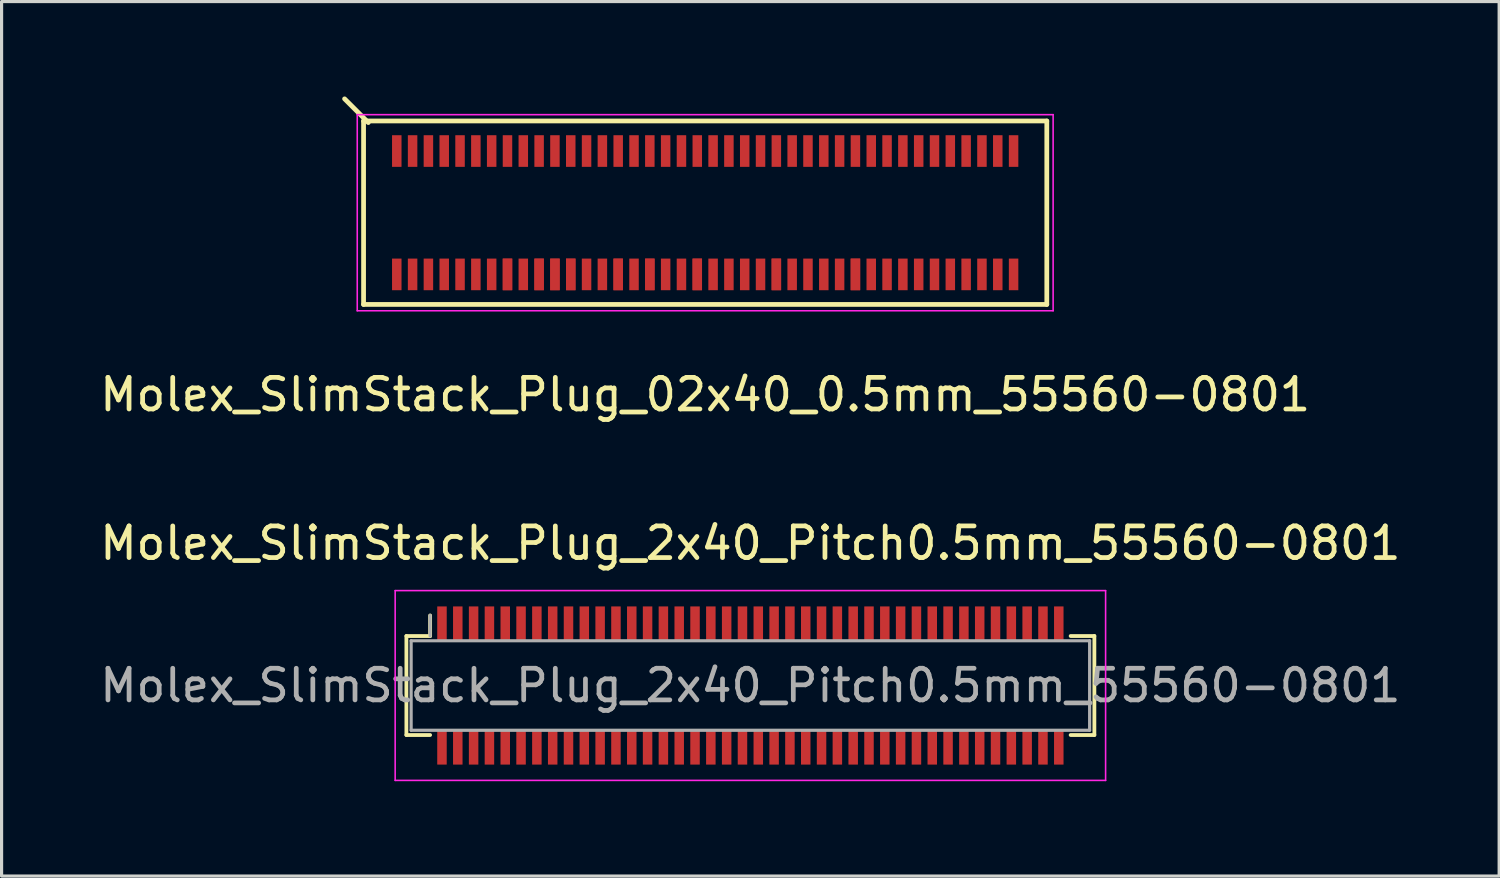
<source format=kicad_pcb>
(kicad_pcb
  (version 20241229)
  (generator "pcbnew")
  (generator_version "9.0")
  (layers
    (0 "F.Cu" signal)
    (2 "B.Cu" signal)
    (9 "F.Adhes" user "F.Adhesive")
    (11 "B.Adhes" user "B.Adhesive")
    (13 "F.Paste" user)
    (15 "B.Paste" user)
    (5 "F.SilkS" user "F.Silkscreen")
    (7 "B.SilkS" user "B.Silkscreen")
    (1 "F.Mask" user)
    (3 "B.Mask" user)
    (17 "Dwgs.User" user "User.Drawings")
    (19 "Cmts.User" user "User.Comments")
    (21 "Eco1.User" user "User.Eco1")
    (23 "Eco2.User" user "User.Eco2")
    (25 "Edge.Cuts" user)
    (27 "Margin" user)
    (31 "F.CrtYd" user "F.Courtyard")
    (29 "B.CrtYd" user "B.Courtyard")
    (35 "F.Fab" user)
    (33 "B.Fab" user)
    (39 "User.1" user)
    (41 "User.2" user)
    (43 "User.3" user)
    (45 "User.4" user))
  (footprint "Molex_SlimStack_Plug_02x40_0.5mm_55560-0801"
    (layer "F.Cu")
    (at 19.244 3.675)
    (property "Reference" "Molex_SlimStack_Plug_02x40_0.5mm_55560-0801" (at 0 5.75 0) (layer "F.SilkS") (effects (font (size 1 1) (thickness 0.15))))
    (attr smd)
    (fp_line (start -10.8 -2.9) (end -10.8 2.9) (stroke (width 0.15) (type solid)) (layer "F.SilkS"))
    (fp_line (start -10.8 2.9) (end 10.8 2.9) (stroke (width 0.15) (type solid)) (layer "F.SilkS"))
    (fp_line (start -10.65 -2.85) (end -11.4 -3.6) (stroke (width 0.15) (type solid)) (layer "F.SilkS"))
    (fp_line (start 10.8 -2.9) (end -10.8 -2.9) (stroke (width 0.15) (type solid)) (layer "F.SilkS"))
    (fp_line (start 10.8 2.9) (end 10.8 -2.9) (stroke (width 0.15) (type solid)) (layer "F.SilkS"))
    (fp_line (start -11 -3.1) (end -11 3.1) (stroke (width 0.05) (type solid)) (layer "F.CrtYd"))
    (fp_line (start -11 3.1) (end 11 3.1) (stroke (width 0.05) (type solid)) (layer "F.CrtYd"))
    (fp_line (start 11 -3.1) (end -11 -3.1) (stroke (width 0.05) (type solid)) (layer "F.CrtYd"))
    (fp_line (start 11 3.1) (end 11 -3.1) (stroke (width 0.05) (type solid)) (layer "F.CrtYd"))
    (pad "1" smd rect (at -9.75 -1.95) (size 0.3 1) (layers "F.Cu" "F.Mask" "F.Paste"))
    (pad "2" smd rect (at -9.75 1.95) (size 0.3 1) (layers "F.Cu" "F.Mask" "F.Paste"))
    (pad "3" smd rect (at -9.25 -1.95) (size 0.3 1) (layers "F.Cu" "F.Mask" "F.Paste"))
    (pad "4" smd rect (at -9.25 1.95) (size 0.3 1) (layers "F.Cu" "F.Mask" "F.Paste"))
    (pad "5" smd rect (at -8.75 -1.95) (size 0.3 1) (layers "F.Cu" "F.Mask" "F.Paste"))
    (pad "6" smd rect (at -8.75 1.95) (size 0.3 1) (layers "F.Cu" "F.Mask" "F.Paste"))
    (pad "7" smd rect (at -8.25 -1.95) (size 0.3 1) (layers "F.Cu" "F.Mask" "F.Paste"))
    (pad "8" smd rect (at -8.25 1.95) (size 0.3 1) (layers "F.Cu" "F.Mask" "F.Paste"))
    (pad "9" smd rect (at -7.75 -1.95) (size 0.3 1) (layers "F.Cu" "F.Mask" "F.Paste"))
    (pad "10" smd rect (at -7.75 1.95) (size 0.3 1) (layers "F.Cu" "F.Mask" "F.Paste"))
    (pad "11" smd rect (at -7.25 -1.95) (size 0.3 1) (layers "F.Cu" "F.Mask" "F.Paste"))
    (pad "12" smd rect (at -7.25 1.95) (size 0.3 1) (layers "F.Cu" "F.Mask" "F.Paste"))
    (pad "13" smd rect (at -6.75 -1.95) (size 0.3 1) (layers "F.Cu" "F.Mask" "F.Paste"))
    (pad "14" smd rect (at -6.75 1.95) (size 0.3 1) (layers "F.Cu" "F.Mask" "F.Paste"))
    (pad "15" smd rect (at -6.25 -1.95) (size 0.3 1) (layers "F.Cu" "F.Mask" "F.Paste"))
    (pad "16" smd rect (at -6.25 1.95) (size 0.3 1) (layers "F.Cu" "F.Mask" "F.Paste"))
    (pad "16" smd rect (at -6.25 1.95) (size 0.3 1) (layers "F.Cu" "F.Mask" "F.Paste"))
    (pad "17" smd rect (at -5.75 -1.95) (size 0.3 1) (layers "F.Cu" "F.Mask" "F.Paste"))
    (pad "18" smd rect (at -5.75 1.95) (size 0.3 1) (layers "F.Cu" "F.Mask" "F.Paste"))
    (pad "19" smd rect (at -5.25 -1.95) (size 0.3 1) (layers "F.Cu" "F.Mask" "F.Paste"))
    (pad "20" smd rect (at -5.25 1.95) (size 0.3 1) (layers "F.Cu" "F.Mask" "F.Paste"))
    (pad "20" smd rect (at -5.25 1.95) (size 0.3 1) (layers "F.Cu" "F.Mask" "F.Paste"))
    (pad "21" smd rect (at -4.75 -1.95) (size 0.3 1) (layers "F.Cu" "F.Mask" "F.Paste"))
    (pad "22" smd rect (at -4.75 1.95) (size 0.3 1) (layers "F.Cu" "F.Mask" "F.Paste"))
    (pad "22" smd rect (at -4.75 1.95) (size 0.3 1) (layers "F.Cu" "F.Mask" "F.Paste"))
    (pad "23" smd rect (at -4.25 -1.95) (size 0.3 1) (layers "F.Cu" "F.Mask" "F.Paste"))
    (pad "24" smd rect (at -4.25 1.95) (size 0.3 1) (layers "F.Cu" "F.Mask" "F.Paste"))
    (pad "24" smd rect (at -4.25 1.95) (size 0.3 1) (layers "F.Cu" "F.Mask" "F.Paste"))
    (pad "25" smd rect (at -3.75 -1.95) (size 0.3 1) (layers "F.Cu" "F.Mask" "F.Paste"))
    (pad "26" smd rect (at -3.75 1.95) (size 0.3 1) (layers "F.Cu" "F.Mask" "F.Paste"))
    (pad "27" smd rect (at -3.25 -1.95) (size 0.3 1) (layers "F.Cu" "F.Mask" "F.Paste"))
    (pad "28" smd rect (at -3.25 1.95) (size 0.3 1) (layers "F.Cu" "F.Mask" "F.Paste"))
    (pad "29" smd rect (at -2.75 -1.95) (size 0.3 1) (layers "F.Cu" "F.Mask" "F.Paste"))
    (pad "30" smd rect (at -2.75 1.95) (size 0.3 1) (layers "F.Cu" "F.Mask" "F.Paste"))
    (pad "30" smd rect (at -2.75 1.95) (size 0.3 1) (layers "F.Cu" "F.Mask" "F.Paste"))
    (pad "31" smd rect (at -2.25 -1.95) (size 0.3 1) (layers "F.Cu" "F.Mask" "F.Paste"))
    (pad "32" smd rect (at -2.25 1.95) (size 0.3 1) (layers "F.Cu" "F.Mask" "F.Paste"))
    (pad "33" smd rect (at -1.75 -1.95) (size 0.3 1) (layers "F.Cu" "F.Mask" "F.Paste"))
    (pad "34" smd rect (at -1.75 1.95) (size 0.3 1) (layers "F.Cu" "F.Mask" "F.Paste"))
    (pad "34" smd rect (at -1.75 1.95) (size 0.3 1) (layers "F.Cu" "F.Mask" "F.Paste"))
    (pad "35" smd rect (at -1.25 -1.95) (size 0.3 1) (layers "F.Cu" "F.Mask" "F.Paste"))
    (pad "36" smd rect (at -1.25 1.95) (size 0.3 1) (layers "F.Cu" "F.Mask" "F.Paste"))
    (pad "37" smd rect (at -0.75 -1.95) (size 0.3 1) (layers "F.Cu" "F.Mask" "F.Paste"))
    (pad "38" smd rect (at -0.75 1.95) (size 0.3 1) (layers "F.Cu" "F.Mask" "F.Paste"))
    (pad "39" smd rect (at -0.25 -1.95) (size 0.3 1) (layers "F.Cu" "F.Mask" "F.Paste"))
    (pad "40" smd rect (at -0.25 1.95) (size 0.3 1) (layers "F.Cu" "F.Mask" "F.Paste"))
    (pad "40" smd rect (at -0.25 1.95) (size 0.3 1) (layers "F.Cu" "F.Mask" "F.Paste"))
    (pad "41" smd rect (at 0.25 -1.95) (size 0.3 1) (layers "F.Cu" "F.Mask" "F.Paste"))
    (pad "42" smd rect (at 0.25 1.95) (size 0.3 1) (layers "F.Cu" "F.Mask" "F.Paste"))
    (pad "43" smd rect (at 0.75 -1.95) (size 0.3 1) (layers "F.Cu" "F.Mask" "F.Paste"))
    (pad "44" smd rect (at 0.75 1.95) (size 0.3 1) (layers "F.Cu" "F.Mask" "F.Paste"))
    (pad "45" smd rect (at 1.25 -1.95) (size 0.3 1) (layers "F.Cu" "F.Mask" "F.Paste"))
    (pad "46" smd rect (at 1.25 1.95) (size 0.3 1) (layers "F.Cu" "F.Mask" "F.Paste"))
    (pad "47" smd rect (at 1.75 -1.95) (size 0.3 1) (layers "F.Cu" "F.Mask" "F.Paste"))
    (pad "48" smd rect (at 1.75 1.95) (size 0.3 1) (layers "F.Cu" "F.Mask" "F.Paste"))
    (pad "49" smd rect (at 2.25 -1.95) (size 0.3 1) (layers "F.Cu" "F.Mask" "F.Paste"))
    (pad "50" smd rect (at 2.25 1.95) (size 0.3 1) (layers "F.Cu" "F.Mask" "F.Paste"))
    (pad "50" smd rect (at 2.25 1.95) (size 0.3 1) (layers "F.Cu" "F.Mask" "F.Paste"))
    (pad "51" smd rect (at 2.75 -1.95) (size 0.3 1) (layers "F.Cu" "F.Mask" "F.Paste"))
    (pad "52" smd rect (at 2.75 1.95) (size 0.3 1) (layers "F.Cu" "F.Mask" "F.Paste"))
    (pad "53" smd rect (at 3.25 -1.95) (size 0.3 1) (layers "F.Cu" "F.Mask" "F.Paste"))
    (pad "54" smd rect (at 3.25 1.95) (size 0.3 1) (layers "F.Cu" "F.Mask" "F.Paste"))
    (pad "55" smd rect (at 3.75 -1.95) (size 0.3 1) (layers "F.Cu" "F.Mask" "F.Paste"))
    (pad "56" smd rect (at 3.75 1.95) (size 0.3 1) (layers "F.Cu" "F.Mask" "F.Paste"))
    (pad "57" smd rect (at 4.25 -1.95) (size 0.3 1) (layers "F.Cu" "F.Mask" "F.Paste"))
    (pad "58" smd rect (at 4.25 1.95) (size 0.3 1) (layers "F.Cu" "F.Mask" "F.Paste"))
    (pad "59" smd rect (at 4.75 -1.95) (size 0.3 1) (layers "F.Cu" "F.Mask" "F.Paste"))
    (pad "60" smd rect (at 4.75 1.95) (size 0.3 1) (layers "F.Cu" "F.Mask" "F.Paste"))
    (pad "60" smd rect (at 4.75 1.95) (size 0.3 1) (layers "F.Cu" "F.Mask" "F.Paste"))
    (pad "61" smd rect (at 5.25 -1.95) (size 0.3 1) (layers "F.Cu" "F.Mask" "F.Paste"))
    (pad "62" smd rect (at 5.25 1.95) (size 0.3 1) (layers "F.Cu" "F.Mask" "F.Paste"))
    (pad "63" smd rect (at 5.75 -1.95) (size 0.3 1) (layers "F.Cu" "F.Mask" "F.Paste"))
    (pad "64" smd rect (at 5.75 1.95) (size 0.3 1) (layers "F.Cu" "F.Mask" "F.Paste"))
    (pad "65" smd rect (at 6.25 -1.95) (size 0.3 1) (layers "F.Cu" "F.Mask" "F.Paste"))
    (pad "66" smd rect (at 6.25 1.95) (size 0.3 1) (layers "F.Cu" "F.Mask" "F.Paste"))
    (pad "67" smd rect (at 6.75 -1.95) (size 0.3 1) (layers "F.Cu" "F.Mask" "F.Paste"))
    (pad "68" smd rect (at 6.75 1.95) (size 0.3 1) (layers "F.Cu" "F.Mask" "F.Paste"))
    (pad "69" smd rect (at 7.25 -1.95) (size 0.3 1) (layers "F.Cu" "F.Mask" "F.Paste"))
    (pad "70" smd rect (at 7.25 1.95) (size 0.3 1) (layers "F.Cu" "F.Mask" "F.Paste"))
    (pad "71" smd rect (at 7.75 -1.95) (size 0.3 1) (layers "F.Cu" "F.Mask" "F.Paste"))
    (pad "72" smd rect (at 7.75 1.95) (size 0.3 1) (layers "F.Cu" "F.Mask" "F.Paste"))
    (pad "73" smd rect (at 8.25 -1.95) (size 0.3 1) (layers "F.Cu" "F.Mask" "F.Paste"))
    (pad "74" smd rect (at 8.25 1.95) (size 0.3 1) (layers "F.Cu" "F.Mask" "F.Paste"))
    (pad "75" smd rect (at 8.75 -1.95) (size 0.3 1) (layers "F.Cu" "F.Mask" "F.Paste"))
    (pad "76" smd rect (at 8.75 1.95) (size 0.3 1) (layers "F.Cu" "F.Mask" "F.Paste"))
    (pad "77" smd rect (at 9.25 -1.95) (size 0.3 1) (layers "F.Cu" "F.Mask" "F.Paste"))
    (pad "78" smd rect (at 9.25 1.95) (size 0.3 1) (layers "F.Cu" "F.Mask" "F.Paste"))
    (pad "79" smd rect (at 9.75 -1.95) (size 0.3 1) (layers "F.Cu" "F.Mask" "F.Paste"))
    (pad "80" smd rect (at 9.75 1.95) (size 0.3 1) (layers "F.Cu" "F.Mask" "F.Paste")))
  (footprint "Molex_SlimStack_Plug_2x40_Pitch0.5mm_55560-0801"
    (layer "F.Cu")
    (at 20.673 18.622)
    (property "Reference" "Molex_SlimStack_Plug_2x40_Pitch0.5mm_55560-0801" (at 0 -4.5 0) (layer "F.SilkS") (effects (font (size 1 1) (thickness 0.15))))
    (attr smd)
    (fp_line (start -10.875 -1.565) (end -10.125 -1.565) (stroke (width 0.12) (type solid)) (layer "F.SilkS"))
    (fp_line (start -10.875 1.565) (end -10.875 -1.565) (stroke (width 0.12) (type solid)) (layer "F.SilkS"))
    (fp_line (start -10.125 -1.565) (end -10.125 -2.215) (stroke (width 0.12) (type solid)) (layer "F.SilkS"))
    (fp_line (start -10.125 1.565) (end -10.875 1.565) (stroke (width 0.12) (type solid)) (layer "F.SilkS"))
    (fp_line (start 10.125 1.565) (end 10.875 1.565) (stroke (width 0.12) (type solid)) (layer "F.SilkS"))
    (fp_line (start 10.875 -1.565) (end 10.125 -1.565) (stroke (width 0.12) (type solid)) (layer "F.SilkS"))
    (fp_line (start 10.875 1.565) (end 10.875 -1.565) (stroke (width 0.12) (type solid)) (layer "F.SilkS"))
    (fp_line (start -11.23 -3) (end -11.23 3) (stroke (width 0.05) (type solid)) (layer "F.CrtYd"))
    (fp_line (start -11.23 3) (end 11.23 3) (stroke (width 0.05) (type solid)) (layer "F.CrtYd"))
    (fp_line (start 11.23 -3) (end -11.23 -3) (stroke (width 0.05) (type solid)) (layer "F.CrtYd"))
    (fp_line (start 11.23 3) (end 11.23 -3) (stroke (width 0.05) (type solid)) (layer "F.CrtYd"))
    (fp_line (start -10.725 -1.415) (end -10.725 1.415) (stroke (width 0.1) (type solid)) (layer "F.Fab"))
    (fp_line (start -10.725 1.415) (end 10.725 1.415) (stroke (width 0.1) (type solid)) (layer "F.Fab"))
    (fp_line (start -10.125 -1.565) (end -10.125 -2.215) (stroke (width 0.1) (type solid)) (layer "F.Fab"))
    (fp_line (start 10.725 -1.415) (end -10.725 -1.415) (stroke (width 0.1) (type solid)) (layer "F.Fab"))
    (fp_line (start 10.725 1.415) (end 10.725 -1.415) (stroke (width 0.1) (type solid)) (layer "F.Fab"))
    (fp_text user "${REFERENCE}" (at 0 0 0) (layer "F.Fab") (effects (font (size 1 1) (thickness 0.15))))
    (pad "1" smd rect (at -9.75 -1.95) (size 0.3 1.1) (layers "F.Cu" "F.Mask" "F.Paste"))
    (pad "2" smd rect (at -9.75 1.95) (size 0.3 1.1) (layers "F.Cu" "F.Mask" "F.Paste"))
    (pad "3" smd rect (at -9.25 -1.95) (size 0.3 1.1) (layers "F.Cu" "F.Mask" "F.Paste"))
    (pad "4" smd rect (at -9.25 1.95) (size 0.3 1.1) (layers "F.Cu" "F.Mask" "F.Paste"))
    (pad "5" smd rect (at -8.75 -1.95) (size 0.3 1.1) (layers "F.Cu" "F.Mask" "F.Paste"))
    (pad "6" smd rect (at -8.75 1.95) (size 0.3 1.1) (layers "F.Cu" "F.Mask" "F.Paste"))
    (pad "7" smd rect (at -8.25 -1.95) (size 0.3 1.1) (layers "F.Cu" "F.Mask" "F.Paste"))
    (pad "8" smd rect (at -8.25 1.95) (size 0.3 1.1) (layers "F.Cu" "F.Mask" "F.Paste"))
    (pad "9" smd rect (at -7.75 -1.95) (size 0.3 1.1) (layers "F.Cu" "F.Mask" "F.Paste"))
    (pad "10" smd rect (at -7.75 1.95) (size 0.3 1.1) (layers "F.Cu" "F.Mask" "F.Paste"))
    (pad "11" smd rect (at -7.25 -1.95) (size 0.3 1.1) (layers "F.Cu" "F.Mask" "F.Paste"))
    (pad "12" smd rect (at -7.25 1.95) (size 0.3 1.1) (layers "F.Cu" "F.Mask" "F.Paste"))
    (pad "13" smd rect (at -6.75 -1.95) (size 0.3 1.1) (layers "F.Cu" "F.Mask" "F.Paste"))
    (pad "14" smd rect (at -6.75 1.95) (size 0.3 1.1) (layers "F.Cu" "F.Mask" "F.Paste"))
    (pad "15" smd rect (at -6.25 -1.95) (size 0.3 1.1) (layers "F.Cu" "F.Mask" "F.Paste"))
    (pad "16" smd rect (at -6.25 1.95) (size 0.3 1.1) (layers "F.Cu" "F.Mask" "F.Paste"))
    (pad "17" smd rect (at -5.75 -1.95) (size 0.3 1.1) (layers "F.Cu" "F.Mask" "F.Paste"))
    (pad "18" smd rect (at -5.75 1.95) (size 0.3 1.1) (layers "F.Cu" "F.Mask" "F.Paste"))
    (pad "19" smd rect (at -5.25 -1.95) (size 0.3 1.1) (layers "F.Cu" "F.Mask" "F.Paste"))
    (pad "20" smd rect (at -5.25 1.95) (size 0.3 1.1) (layers "F.Cu" "F.Mask" "F.Paste"))
    (pad "21" smd rect (at -4.75 -1.95) (size 0.3 1.1) (layers "F.Cu" "F.Mask" "F.Paste"))
    (pad "22" smd rect (at -4.75 1.95) (size 0.3 1.1) (layers "F.Cu" "F.Mask" "F.Paste"))
    (pad "23" smd rect (at -4.25 -1.95) (size 0.3 1.1) (layers "F.Cu" "F.Mask" "F.Paste"))
    (pad "24" smd rect (at -4.25 1.95) (size 0.3 1.1) (layers "F.Cu" "F.Mask" "F.Paste"))
    (pad "25" smd rect (at -3.75 -1.95) (size 0.3 1.1) (layers "F.Cu" "F.Mask" "F.Paste"))
    (pad "26" smd rect (at -3.75 1.95) (size 0.3 1.1) (layers "F.Cu" "F.Mask" "F.Paste"))
    (pad "27" smd rect (at -3.25 -1.95) (size 0.3 1.1) (layers "F.Cu" "F.Mask" "F.Paste"))
    (pad "28" smd rect (at -3.25 1.95) (size 0.3 1.1) (layers "F.Cu" "F.Mask" "F.Paste"))
    (pad "29" smd rect (at -2.75 -1.95) (size 0.3 1.1) (layers "F.Cu" "F.Mask" "F.Paste"))
    (pad "30" smd rect (at -2.75 1.95) (size 0.3 1.1) (layers "F.Cu" "F.Mask" "F.Paste"))
    (pad "31" smd rect (at -2.25 -1.95) (size 0.3 1.1) (layers "F.Cu" "F.Mask" "F.Paste"))
    (pad "32" smd rect (at -2.25 1.95) (size 0.3 1.1) (layers "F.Cu" "F.Mask" "F.Paste"))
    (pad "33" smd rect (at -1.75 -1.95) (size 0.3 1.1) (layers "F.Cu" "F.Mask" "F.Paste"))
    (pad "34" smd rect (at -1.75 1.95) (size 0.3 1.1) (layers "F.Cu" "F.Mask" "F.Paste"))
    (pad "35" smd rect (at -1.25 -1.95) (size 0.3 1.1) (layers "F.Cu" "F.Mask" "F.Paste"))
    (pad "36" smd rect (at -1.25 1.95) (size 0.3 1.1) (layers "F.Cu" "F.Mask" "F.Paste"))
    (pad "37" smd rect (at -0.75 -1.95) (size 0.3 1.1) (layers "F.Cu" "F.Mask" "F.Paste"))
    (pad "38" smd rect (at -0.75 1.95) (size 0.3 1.1) (layers "F.Cu" "F.Mask" "F.Paste"))
    (pad "39" smd rect (at -0.25 -1.95) (size 0.3 1.1) (layers "F.Cu" "F.Mask" "F.Paste"))
    (pad "40" smd rect (at -0.25 1.95) (size 0.3 1.1) (layers "F.Cu" "F.Mask" "F.Paste"))
    (pad "41" smd rect (at 0.25 -1.95) (size 0.3 1.1) (layers "F.Cu" "F.Mask" "F.Paste"))
    (pad "42" smd rect (at 0.25 1.95) (size 0.3 1.1) (layers "F.Cu" "F.Mask" "F.Paste"))
    (pad "43" smd rect (at 0.75 -1.95) (size 0.3 1.1) (layers "F.Cu" "F.Mask" "F.Paste"))
    (pad "44" smd rect (at 0.75 1.95) (size 0.3 1.1) (layers "F.Cu" "F.Mask" "F.Paste"))
    (pad "45" smd rect (at 1.25 -1.95) (size 0.3 1.1) (layers "F.Cu" "F.Mask" "F.Paste"))
    (pad "46" smd rect (at 1.25 1.95) (size 0.3 1.1) (layers "F.Cu" "F.Mask" "F.Paste"))
    (pad "47" smd rect (at 1.75 -1.95) (size 0.3 1.1) (layers "F.Cu" "F.Mask" "F.Paste"))
    (pad "48" smd rect (at 1.75 1.95) (size 0.3 1.1) (layers "F.Cu" "F.Mask" "F.Paste"))
    (pad "49" smd rect (at 2.25 -1.95) (size 0.3 1.1) (layers "F.Cu" "F.Mask" "F.Paste"))
    (pad "50" smd rect (at 2.25 1.95) (size 0.3 1.1) (layers "F.Cu" "F.Mask" "F.Paste"))
    (pad "51" smd rect (at 2.75 -1.95) (size 0.3 1.1) (layers "F.Cu" "F.Mask" "F.Paste"))
    (pad "52" smd rect (at 2.75 1.95) (size 0.3 1.1) (layers "F.Cu" "F.Mask" "F.Paste"))
    (pad "53" smd rect (at 3.25 -1.95) (size 0.3 1.1) (layers "F.Cu" "F.Mask" "F.Paste"))
    (pad "54" smd rect (at 3.25 1.95) (size 0.3 1.1) (layers "F.Cu" "F.Mask" "F.Paste"))
    (pad "55" smd rect (at 3.75 -1.95) (size 0.3 1.1) (layers "F.Cu" "F.Mask" "F.Paste"))
    (pad "56" smd rect (at 3.75 1.95) (size 0.3 1.1) (layers "F.Cu" "F.Mask" "F.Paste"))
    (pad "57" smd rect (at 4.25 -1.95) (size 0.3 1.1) (layers "F.Cu" "F.Mask" "F.Paste"))
    (pad "58" smd rect (at 4.25 1.95) (size 0.3 1.1) (layers "F.Cu" "F.Mask" "F.Paste"))
    (pad "59" smd rect (at 4.75 -1.95) (size 0.3 1.1) (layers "F.Cu" "F.Mask" "F.Paste"))
    (pad "60" smd rect (at 4.75 1.95) (size 0.3 1.1) (layers "F.Cu" "F.Mask" "F.Paste"))
    (pad "61" smd rect (at 5.25 -1.95) (size 0.3 1.1) (layers "F.Cu" "F.Mask" "F.Paste"))
    (pad "62" smd rect (at 5.25 1.95) (size 0.3 1.1) (layers "F.Cu" "F.Mask" "F.Paste"))
    (pad "63" smd rect (at 5.75 -1.95) (size 0.3 1.1) (layers "F.Cu" "F.Mask" "F.Paste"))
    (pad "64" smd rect (at 5.75 1.95) (size 0.3 1.1) (layers "F.Cu" "F.Mask" "F.Paste"))
    (pad "65" smd rect (at 6.25 -1.95) (size 0.3 1.1) (layers "F.Cu" "F.Mask" "F.Paste"))
    (pad "66" smd rect (at 6.25 1.95) (size 0.3 1.1) (layers "F.Cu" "F.Mask" "F.Paste"))
    (pad "67" smd rect (at 6.75 -1.95) (size 0.3 1.1) (layers "F.Cu" "F.Mask" "F.Paste"))
    (pad "68" smd rect (at 6.75 1.95) (size 0.3 1.1) (layers "F.Cu" "F.Mask" "F.Paste"))
    (pad "69" smd rect (at 7.25 -1.95) (size 0.3 1.1) (layers "F.Cu" "F.Mask" "F.Paste"))
    (pad "70" smd rect (at 7.25 1.95) (size 0.3 1.1) (layers "F.Cu" "F.Mask" "F.Paste"))
    (pad "71" smd rect (at 7.75 -1.95) (size 0.3 1.1) (layers "F.Cu" "F.Mask" "F.Paste"))
    (pad "72" smd rect (at 7.75 1.95) (size 0.3 1.1) (layers "F.Cu" "F.Mask" "F.Paste"))
    (pad "73" smd rect (at 8.25 -1.95) (size 0.3 1.1) (layers "F.Cu" "F.Mask" "F.Paste"))
    (pad "74" smd rect (at 8.25 1.95) (size 0.3 1.1) (layers "F.Cu" "F.Mask" "F.Paste"))
    (pad "75" smd rect (at 8.75 -1.95) (size 0.3 1.1) (layers "F.Cu" "F.Mask" "F.Paste"))
    (pad "76" smd rect (at 8.75 1.95) (size 0.3 1.1) (layers "F.Cu" "F.Mask" "F.Paste"))
    (pad "77" smd rect (at 9.25 -1.95) (size 0.3 1.1) (layers "F.Cu" "F.Mask" "F.Paste"))
    (pad "78" smd rect (at 9.25 1.95) (size 0.3 1.1) (layers "F.Cu" "F.Mask" "F.Paste"))
    (pad "79" smd rect (at 9.75 -1.95) (size 0.3 1.1) (layers "F.Cu" "F.Mask" "F.Paste"))
    (pad "80" smd rect (at 9.75 1.95) (size 0.3 1.1) (layers "F.Cu" "F.Mask" "F.Paste")))
  (gr_rect
    (start -3 -3)
    (end 44.345 24.646)
    (stroke (width 0.1) (type default))
    (fill no)
    (layer "Edge.Cuts")))
</source>
